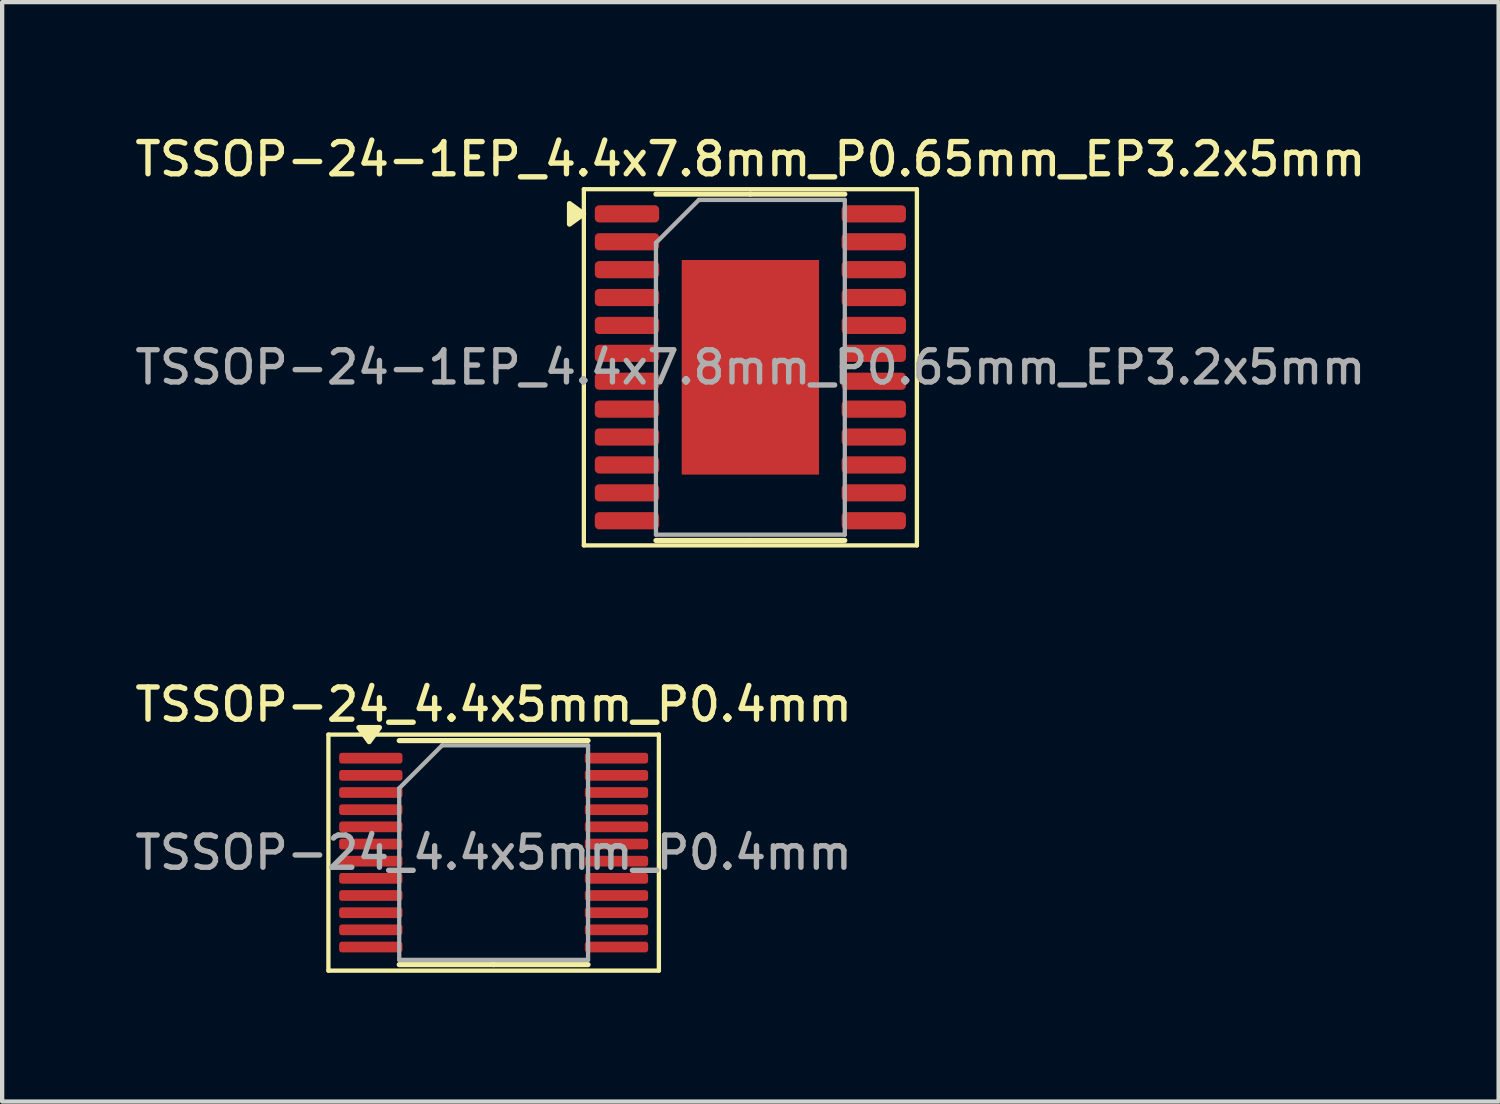
<source format=kicad_pcb>
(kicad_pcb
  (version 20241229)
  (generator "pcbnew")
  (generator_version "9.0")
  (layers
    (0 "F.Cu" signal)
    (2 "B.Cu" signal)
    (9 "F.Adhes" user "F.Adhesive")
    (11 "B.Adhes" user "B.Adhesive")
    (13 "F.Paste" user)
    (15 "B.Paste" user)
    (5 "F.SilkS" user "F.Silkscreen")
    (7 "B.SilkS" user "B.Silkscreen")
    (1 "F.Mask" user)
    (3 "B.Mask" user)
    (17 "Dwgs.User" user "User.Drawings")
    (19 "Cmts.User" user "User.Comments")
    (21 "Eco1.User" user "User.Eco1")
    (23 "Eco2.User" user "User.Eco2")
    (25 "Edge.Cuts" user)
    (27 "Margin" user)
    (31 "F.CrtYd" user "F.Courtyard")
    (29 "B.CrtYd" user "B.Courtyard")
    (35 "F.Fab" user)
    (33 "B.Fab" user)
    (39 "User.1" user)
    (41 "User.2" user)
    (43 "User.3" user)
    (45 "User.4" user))
  (footprint "TSSOP-24_4.4x5mm_P0.4mm"
    (layer "F.Cu")
    (at 8.452 16.816)
    (property "Reference" "TSSOP-24_4.4x5mm_P0.4mm" (at 0 -3.45 0) (layer "F.SilkS") (effects (font (size 0.75 0.75) (thickness 0.125))))
    (attr smd)
    (fp_line (start -3.85 -2.75) (end -3.85 2.75) (stroke (width 0.1) (type solid)) (layer "F.SilkS"))
    (fp_line (start -3.85 2.75) (end 3.85 2.75) (stroke (width 0.1) (type solid)) (layer "F.SilkS"))
    (fp_line (start 0 -2.61) (end -2.2 -2.61) (stroke (width 0.12) (type solid)) (layer "F.SilkS"))
    (fp_line (start 0 -2.61) (end 2.2 -2.61) (stroke (width 0.12) (type solid)) (layer "F.SilkS"))
    (fp_line (start 0 2.61) (end -2.2 2.61) (stroke (width 0.12) (type solid)) (layer "F.SilkS"))
    (fp_line (start 0 2.61) (end 2.2 2.61) (stroke (width 0.12) (type solid)) (layer "F.SilkS"))
    (fp_line (start 3.85 -2.75) (end -3.85 -2.75) (stroke (width 0.1) (type solid)) (layer "F.SilkS"))
    (fp_line (start 3.85 2.75) (end 3.85 -2.75) (stroke (width 0.1) (type solid)) (layer "F.SilkS"))
    (fp_poly (pts (xy -2.9 -2.585) (xy -3.14 -2.915) (xy -2.66 -2.915) (xy -2.9 -2.585)) (stroke (width 0.12) (type solid)) (fill yes) (layer "F.SilkS"))
    (fp_line (start -2.2 -1.5) (end -1.2 -2.5) (stroke (width 0.1) (type solid)) (layer "F.Fab"))
    (fp_line (start -2.2 2.5) (end -2.2 -1.5) (stroke (width 0.1) (type solid)) (layer "F.Fab"))
    (fp_line (start -1.2 -2.5) (end 2.2 -2.5) (stroke (width 0.1) (type solid)) (layer "F.Fab"))
    (fp_line (start 2.2 -2.5) (end 2.2 2.5) (stroke (width 0.1) (type solid)) (layer "F.Fab"))
    (fp_line (start 2.2 2.5) (end -2.2 2.5) (stroke (width 0.1) (type solid)) (layer "F.Fab"))
    (fp_text user "${REFERENCE}" (at 0 0 0) (layer "F.Fab") (effects (font (size 0.75 0.75) (thickness 0.125))))
    (pad "1" smd roundrect (at -2.862 -2.2) (size 1.475 0.25) (layers "F.Cu" "F.Mask" "F.Paste") (roundrect_rratio 0.25))
    (pad "2" smd roundrect (at -2.862 -1.8) (size 1.475 0.25) (layers "F.Cu" "F.Mask" "F.Paste") (roundrect_rratio 0.25))
    (pad "3" smd roundrect (at -2.862 -1.4) (size 1.475 0.25) (layers "F.Cu" "F.Mask" "F.Paste") (roundrect_rratio 0.25))
    (pad "4" smd roundrect (at -2.862 -1) (size 1.475 0.25) (layers "F.Cu" "F.Mask" "F.Paste") (roundrect_rratio 0.25))
    (pad "5" smd roundrect (at -2.862 -0.6) (size 1.475 0.25) (layers "F.Cu" "F.Mask" "F.Paste") (roundrect_rratio 0.25))
    (pad "6" smd roundrect (at -2.862 -0.2) (size 1.475 0.25) (layers "F.Cu" "F.Mask" "F.Paste") (roundrect_rratio 0.25))
    (pad "7" smd roundrect (at -2.862 0.2) (size 1.475 0.25) (layers "F.Cu" "F.Mask" "F.Paste") (roundrect_rratio 0.25))
    (pad "8" smd roundrect (at -2.862 0.6) (size 1.475 0.25) (layers "F.Cu" "F.Mask" "F.Paste") (roundrect_rratio 0.25))
    (pad "9" smd roundrect (at -2.862 1) (size 1.475 0.25) (layers "F.Cu" "F.Mask" "F.Paste") (roundrect_rratio 0.25))
    (pad "10" smd roundrect (at -2.862 1.4) (size 1.475 0.25) (layers "F.Cu" "F.Mask" "F.Paste") (roundrect_rratio 0.25))
    (pad "11" smd roundrect (at -2.862 1.8) (size 1.475 0.25) (layers "F.Cu" "F.Mask" "F.Paste") (roundrect_rratio 0.25))
    (pad "12" smd roundrect (at -2.862 2.2) (size 1.475 0.25) (layers "F.Cu" "F.Mask" "F.Paste") (roundrect_rratio 0.25))
    (pad "13" smd roundrect (at 2.862 2.2) (size 1.475 0.25) (layers "F.Cu" "F.Mask" "F.Paste") (roundrect_rratio 0.25))
    (pad "14" smd roundrect (at 2.862 1.8) (size 1.475 0.25) (layers "F.Cu" "F.Mask" "F.Paste") (roundrect_rratio 0.25))
    (pad "15" smd roundrect (at 2.862 1.4) (size 1.475 0.25) (layers "F.Cu" "F.Mask" "F.Paste") (roundrect_rratio 0.25))
    (pad "16" smd roundrect (at 2.862 1) (size 1.475 0.25) (layers "F.Cu" "F.Mask" "F.Paste") (roundrect_rratio 0.25))
    (pad "17" smd roundrect (at 2.862 0.6) (size 1.475 0.25) (layers "F.Cu" "F.Mask" "F.Paste") (roundrect_rratio 0.25))
    (pad "18" smd roundrect (at 2.862 0.2) (size 1.475 0.25) (layers "F.Cu" "F.Mask" "F.Paste") (roundrect_rratio 0.25))
    (pad "19" smd roundrect (at 2.862 -0.2) (size 1.475 0.25) (layers "F.Cu" "F.Mask" "F.Paste") (roundrect_rratio 0.25))
    (pad "20" smd roundrect (at 2.862 -0.6) (size 1.475 0.25) (layers "F.Cu" "F.Mask" "F.Paste") (roundrect_rratio 0.25))
    (pad "21" smd roundrect (at 2.862 -1) (size 1.475 0.25) (layers "F.Cu" "F.Mask" "F.Paste") (roundrect_rratio 0.25))
    (pad "22" smd roundrect (at 2.862 -1.4) (size 1.475 0.25) (layers "F.Cu" "F.Mask" "F.Paste") (roundrect_rratio 0.25))
    (pad "23" smd roundrect (at 2.862 -1.8) (size 1.475 0.25) (layers "F.Cu" "F.Mask" "F.Paste") (roundrect_rratio 0.25))
    (pad "24" smd roundrect (at 2.862 -2.2) (size 1.475 0.25) (layers "F.Cu" "F.Mask" "F.Paste") (roundrect_rratio 0.25)))
  (footprint "TSSOP-24-1EP_4.4x7.8mm_P0.65mm_EP3.2x5mm"
    (layer "F.Cu")
    (at 14.434 5.508)
    (property "Reference" "TSSOP-24-1EP_4.4x7.8mm_P0.65mm_EP3.2x5mm" (at 0 -4.85 0) (layer "F.SilkS") (effects (font (size 0.75 0.75) (thickness 0.125))))
    (attr smd)
    (fp_line (start -3.88 -4.15) (end -3.88 4.15) (stroke (width 0.1) (type solid)) (layer "F.SilkS"))
    (fp_line (start -3.88 4.15) (end 3.88 4.15) (stroke (width 0.1) (type solid)) (layer "F.SilkS"))
    (fp_line (start 0 -4.035) (end -2.2 -4.035) (stroke (width 0.12) (type solid)) (layer "F.SilkS"))
    (fp_line (start 0 -4.035) (end 2.2 -4.035) (stroke (width 0.12) (type solid)) (layer "F.SilkS"))
    (fp_line (start 0 4.035) (end -2.2 4.035) (stroke (width 0.12) (type solid)) (layer "F.SilkS"))
    (fp_line (start 0 4.035) (end 2.2 4.035) (stroke (width 0.12) (type solid)) (layer "F.SilkS"))
    (fp_line (start 3.88 -4.15) (end -3.88 -4.15) (stroke (width 0.1) (type solid)) (layer "F.SilkS"))
    (fp_line (start 3.88 4.15) (end 3.88 -4.15) (stroke (width 0.1) (type solid)) (layer "F.SilkS"))
    (fp_poly (pts (xy -3.885 -3.575) (xy -4.215 -3.815) (xy -4.215 -3.335) (xy -3.885 -3.575)) (stroke (width 0.12) (type solid)) (fill yes) (layer "F.SilkS"))
    (fp_line (start -2.2 -2.9) (end -1.2 -3.9) (stroke (width 0.1) (type solid)) (layer "F.Fab"))
    (fp_line (start -2.2 3.9) (end -2.2 -2.9) (stroke (width 0.1) (type solid)) (layer "F.Fab"))
    (fp_line (start -1.2 -3.9) (end 2.2 -3.9) (stroke (width 0.1) (type solid)) (layer "F.Fab"))
    (fp_line (start 2.2 -3.9) (end 2.2 3.9) (stroke (width 0.1) (type solid)) (layer "F.Fab"))
    (fp_line (start 2.2 3.9) (end -2.2 3.9) (stroke (width 0.1) (type solid)) (layer "F.Fab"))
    (fp_text user "${REFERENCE}" (at 0 0 0) (layer "F.Fab") (effects (font (size 0.75 0.75) (thickness 0.125))))
    (pad "" smd roundrect (at -0.8 -1.67) (size 1.29 1.34) (layers "F.Paste") (roundrect_rratio 0.194))
    (pad "" smd roundrect (at -0.8 0) (size 1.29 1.34) (layers "F.Paste") (roundrect_rratio 0.194))
    (pad "" smd roundrect (at -0.8 1.67) (size 1.29 1.34) (layers "F.Paste") (roundrect_rratio 0.194))
    (pad "" smd roundrect (at 0.8 -1.67) (size 1.29 1.34) (layers "F.Paste") (roundrect_rratio 0.194))
    (pad "" smd roundrect (at 0.8 0) (size 1.29 1.34) (layers "F.Paste") (roundrect_rratio 0.194))
    (pad "" smd roundrect (at 0.8 1.67) (size 1.29 1.34) (layers "F.Paste") (roundrect_rratio 0.194))
    (pad "1" smd roundrect (at -2.875 -3.575) (size 1.5 0.4) (layers "F.Cu" "F.Mask" "F.Paste") (roundrect_rratio 0.25))
    (pad "2" smd roundrect (at -2.875 -2.925) (size 1.5 0.4) (layers "F.Cu" "F.Mask" "F.Paste") (roundrect_rratio 0.25))
    (pad "3" smd roundrect (at -2.875 -2.275) (size 1.5 0.4) (layers "F.Cu" "F.Mask" "F.Paste") (roundrect_rratio 0.25))
    (pad "4" smd roundrect (at -2.875 -1.625) (size 1.5 0.4) (layers "F.Cu" "F.Mask" "F.Paste") (roundrect_rratio 0.25))
    (pad "5" smd roundrect (at -2.875 -0.975) (size 1.5 0.4) (layers "F.Cu" "F.Mask" "F.Paste") (roundrect_rratio 0.25))
    (pad "6" smd roundrect (at -2.875 -0.325) (size 1.5 0.4) (layers "F.Cu" "F.Mask" "F.Paste") (roundrect_rratio 0.25))
    (pad "7" smd roundrect (at -2.875 0.325) (size 1.5 0.4) (layers "F.Cu" "F.Mask" "F.Paste") (roundrect_rratio 0.25))
    (pad "8" smd roundrect (at -2.875 0.975) (size 1.5 0.4) (layers "F.Cu" "F.Mask" "F.Paste") (roundrect_rratio 0.25))
    (pad "9" smd roundrect (at -2.875 1.625) (size 1.5 0.4) (layers "F.Cu" "F.Mask" "F.Paste") (roundrect_rratio 0.25))
    (pad "10" smd roundrect (at -2.875 2.275) (size 1.5 0.4) (layers "F.Cu" "F.Mask" "F.Paste") (roundrect_rratio 0.25))
    (pad "11" smd roundrect (at -2.875 2.925) (size 1.5 0.4) (layers "F.Cu" "F.Mask" "F.Paste") (roundrect_rratio 0.25))
    (pad "12" smd roundrect (at -2.875 3.575) (size 1.5 0.4) (layers "F.Cu" "F.Mask" "F.Paste") (roundrect_rratio 0.25))
    (pad "13" smd roundrect (at 2.875 3.575) (size 1.5 0.4) (layers "F.Cu" "F.Mask" "F.Paste") (roundrect_rratio 0.25))
    (pad "14" smd roundrect (at 2.875 2.925) (size 1.5 0.4) (layers "F.Cu" "F.Mask" "F.Paste") (roundrect_rratio 0.25))
    (pad "15" smd roundrect (at 2.875 2.275) (size 1.5 0.4) (layers "F.Cu" "F.Mask" "F.Paste") (roundrect_rratio 0.25))
    (pad "16" smd roundrect (at 2.875 1.625) (size 1.5 0.4) (layers "F.Cu" "F.Mask" "F.Paste") (roundrect_rratio 0.25))
    (pad "17" smd roundrect (at 2.875 0.975) (size 1.5 0.4) (layers "F.Cu" "F.Mask" "F.Paste") (roundrect_rratio 0.25))
    (pad "18" smd roundrect (at 2.875 0.325) (size 1.5 0.4) (layers "F.Cu" "F.Mask" "F.Paste") (roundrect_rratio 0.25))
    (pad "19" smd roundrect (at 2.875 -0.325) (size 1.5 0.4) (layers "F.Cu" "F.Mask" "F.Paste") (roundrect_rratio 0.25))
    (pad "20" smd roundrect (at 2.875 -0.975) (size 1.5 0.4) (layers "F.Cu" "F.Mask" "F.Paste") (roundrect_rratio 0.25))
    (pad "21" smd roundrect (at 2.875 -1.625) (size 1.5 0.4) (layers "F.Cu" "F.Mask" "F.Paste") (roundrect_rratio 0.25))
    (pad "22" smd roundrect (at 2.875 -2.275) (size 1.5 0.4) (layers "F.Cu" "F.Mask" "F.Paste") (roundrect_rratio 0.25))
    (pad "23" smd roundrect (at 2.875 -2.925) (size 1.5 0.4) (layers "F.Cu" "F.Mask" "F.Paste") (roundrect_rratio 0.25))
    (pad "24" smd roundrect (at 2.875 -3.575) (size 1.5 0.4) (layers "F.Cu" "F.Mask" "F.Paste") (roundrect_rratio 0.25))
    (pad "25" smd rect (at 0 0) (size 3.2 5) (property pad_prop_heatsink) (layers "F.Cu" "F.Mask")))
  (gr_rect
    (start -3 -3)
    (end 31.868 22.616)
    (stroke (width 0.1) (type default))
    (fill no)
    (layer "Edge.Cuts")))
</source>
